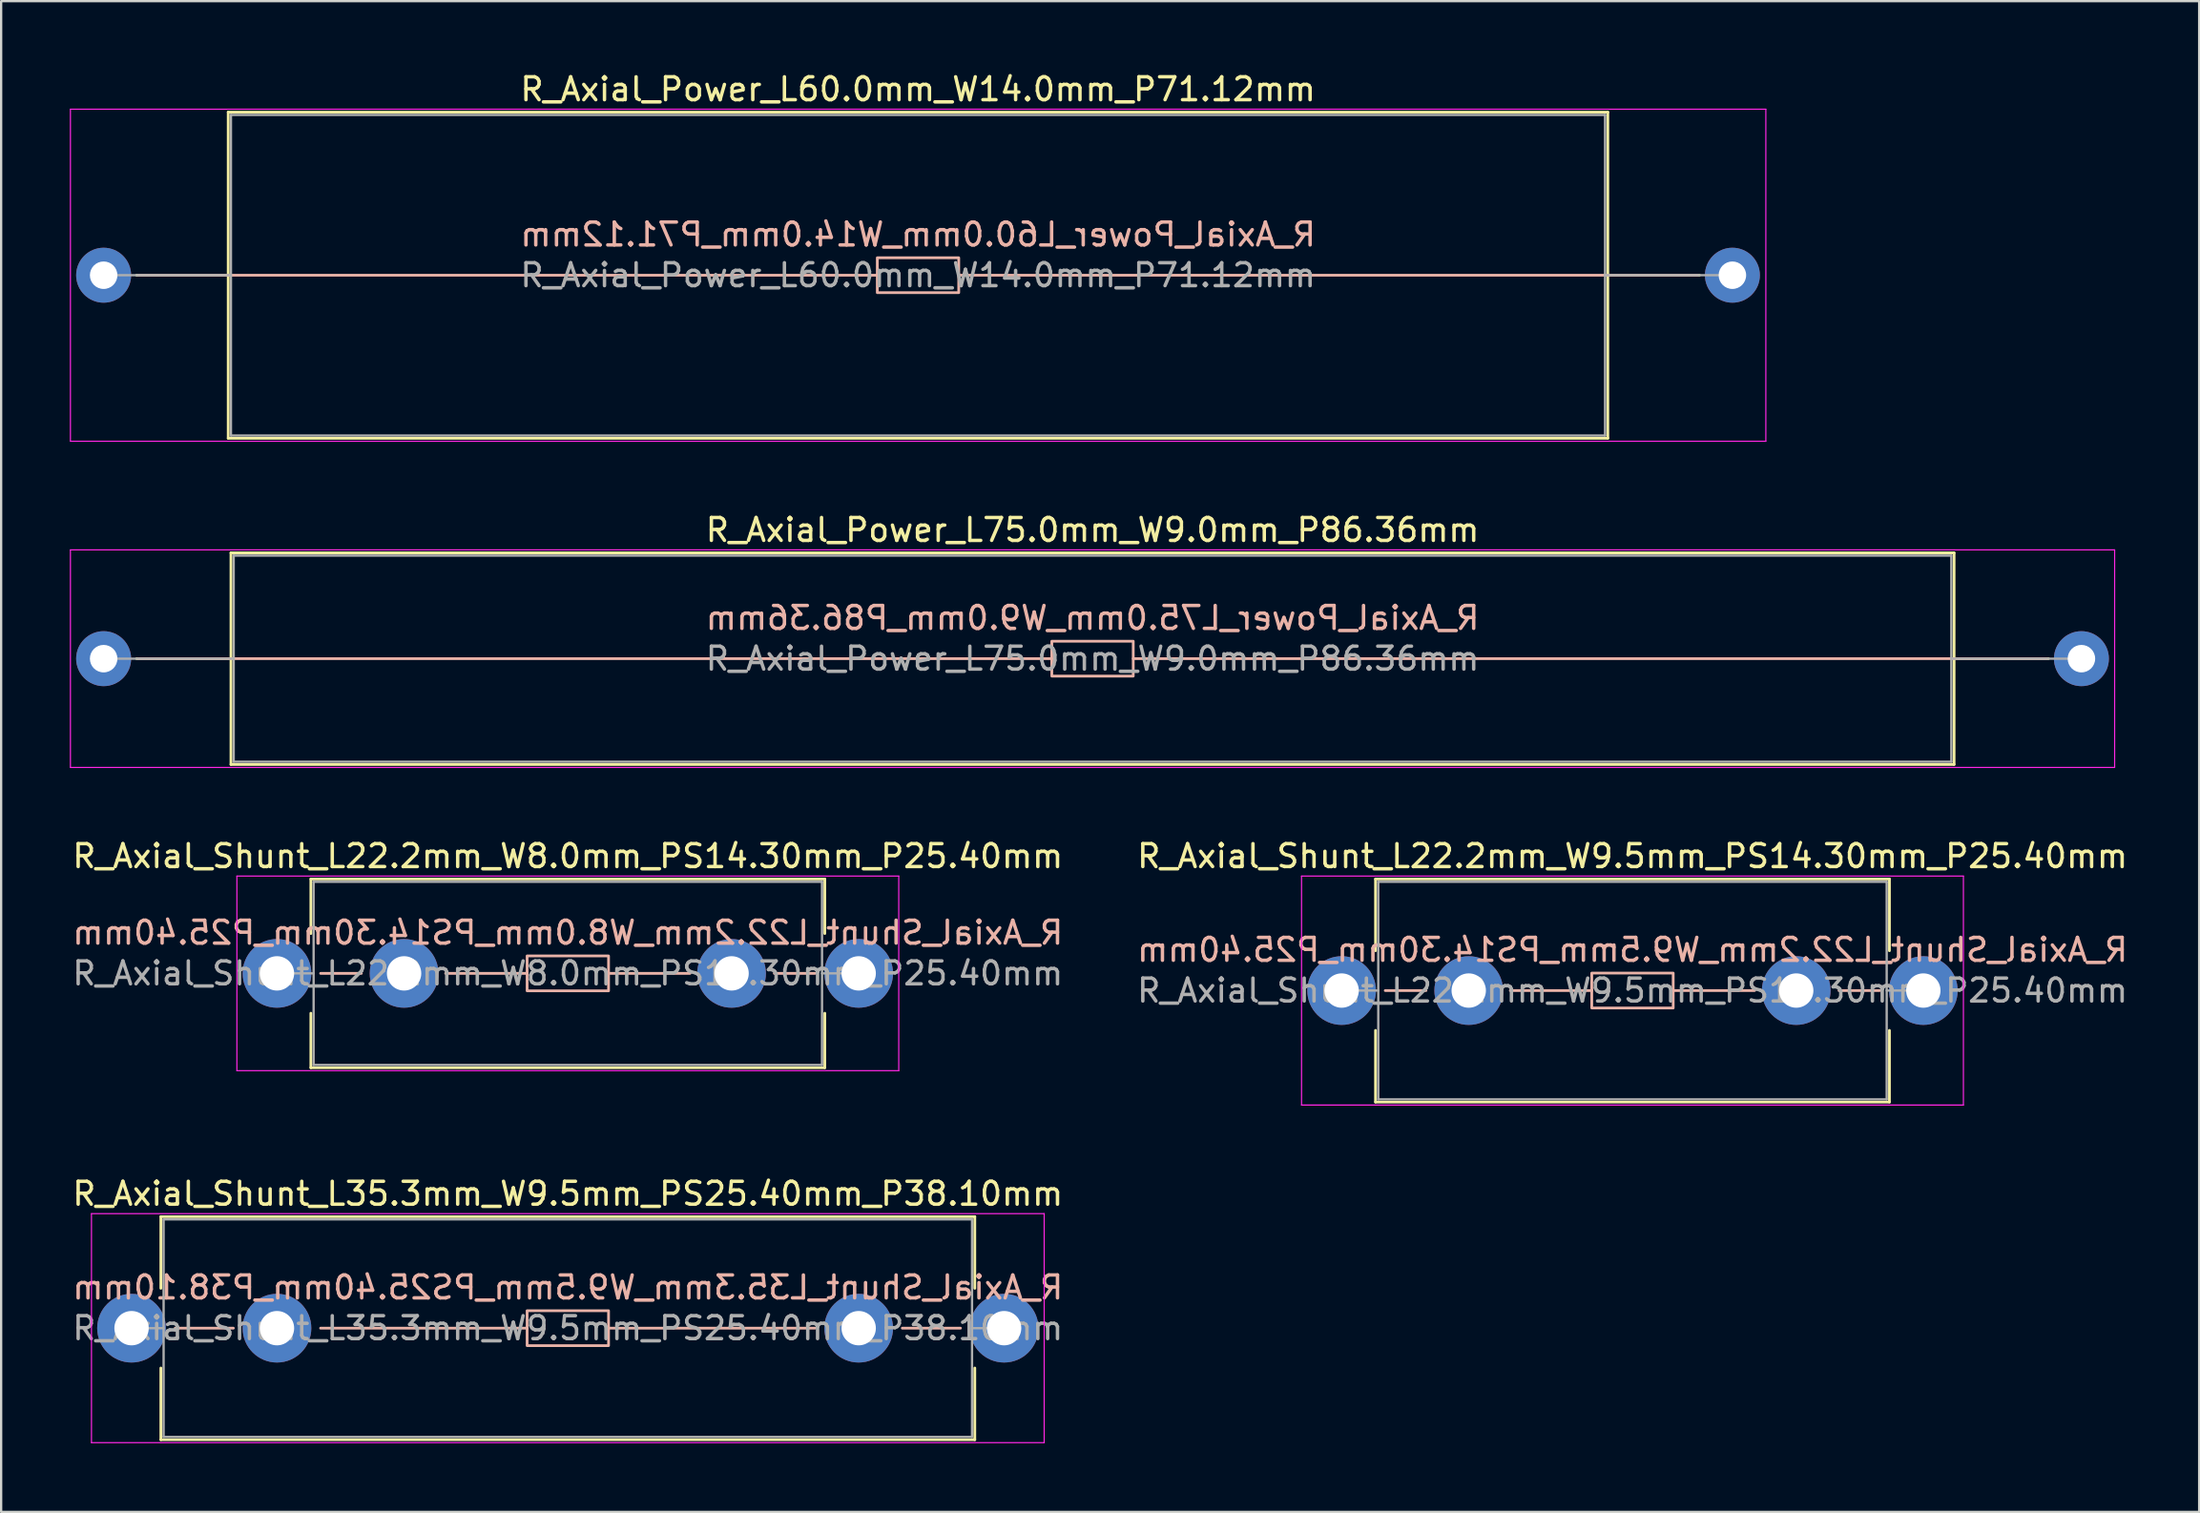
<source format=kicad_pcb>
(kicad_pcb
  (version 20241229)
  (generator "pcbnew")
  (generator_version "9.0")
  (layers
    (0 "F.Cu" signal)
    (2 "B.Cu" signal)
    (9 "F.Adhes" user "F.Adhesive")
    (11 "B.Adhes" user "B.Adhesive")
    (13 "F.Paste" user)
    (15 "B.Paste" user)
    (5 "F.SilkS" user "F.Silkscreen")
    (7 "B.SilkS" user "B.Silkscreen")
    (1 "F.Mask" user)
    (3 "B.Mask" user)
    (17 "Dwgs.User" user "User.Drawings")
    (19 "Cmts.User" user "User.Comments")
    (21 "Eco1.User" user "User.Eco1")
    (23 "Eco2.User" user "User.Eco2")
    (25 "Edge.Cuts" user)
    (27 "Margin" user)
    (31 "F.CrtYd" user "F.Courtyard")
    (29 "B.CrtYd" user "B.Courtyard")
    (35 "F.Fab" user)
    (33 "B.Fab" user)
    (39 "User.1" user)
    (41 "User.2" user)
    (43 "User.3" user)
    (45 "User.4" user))
  (footprint "R_Axial_Shunt_L35.3mm_W9.5mm_PS25.40mm_P38.10mm"
    (layer "F.Cu")
    (at 2.694 54.948)
    (property "Reference" "R_Axial_Shunt_L35.3mm_W9.5mm_PS25.40mm_P38.10mm" (at 19.05 -5.87 0) (layer "F.SilkS") (effects (font (size 1 1) (thickness 0.15))))
    (fp_line (start 1.28 -4.87) (end 36.82 -4.87) (stroke (width 0.12) (type solid)) (layer "F.SilkS"))
    (fp_line (start 1.28 -1.74) (end 1.28 -4.87) (stroke (width 0.12) (type solid)) (layer "F.SilkS"))
    (fp_line (start 1.28 1.74) (end 1.28 4.87) (stroke (width 0.12) (type solid)) (layer "F.SilkS"))
    (fp_line (start 1.28 4.87) (end 36.82 4.87) (stroke (width 0.12) (type solid)) (layer "F.SilkS"))
    (fp_line (start 36.82 -4.87) (end 36.82 -1.74) (stroke (width 0.12) (type solid)) (layer "F.SilkS"))
    (fp_line (start 36.82 4.87) (end 36.82 1.74) (stroke (width 0.12) (type solid)) (layer "F.SilkS"))
    (fp_line (start 1.905 0) (end 4.445 0) (stroke (width 0.12) (type solid)) (layer "B.SilkS"))
    (fp_line (start 17.272 0) (end 8.255 0) (stroke (width 0.12) (type solid)) (layer "B.SilkS"))
    (fp_line (start 20.828 0) (end 29.845 0) (stroke (width 0.12) (type solid)) (layer "B.SilkS"))
    (fp_line (start 33.655 0) (end 36.195 0) (stroke (width 0.12) (type solid)) (layer "B.SilkS"))
    (fp_rect (start 17.272 -0.762) (end 20.828 0.762) (stroke (width 0.12) (type solid)) (fill no) (layer "B.SilkS"))
    (fp_line (start -1.75 -5) (end -1.75 5) (stroke (width 0.05) (type solid)) (layer "F.CrtYd"))
    (fp_line (start -1.75 5) (end 39.85 5) (stroke (width 0.05) (type solid)) (layer "F.CrtYd"))
    (fp_line (start 39.85 -5) (end -1.75 -5) (stroke (width 0.05) (type solid)) (layer "F.CrtYd"))
    (fp_line (start 39.85 5) (end 39.85 -5) (stroke (width 0.05) (type solid)) (layer "F.CrtYd"))
    (fp_line (start 0 0) (end 1.4 0) (stroke (width 0.1) (type solid)) (layer "F.Fab"))
    (fp_line (start 1.4 -4.75) (end 1.4 4.75) (stroke (width 0.1) (type solid)) (layer "F.Fab"))
    (fp_line (start 1.4 4.75) (end 36.7 4.75) (stroke (width 0.1) (type solid)) (layer "F.Fab"))
    (fp_line (start 36.7 -4.75) (end 1.4 -4.75) (stroke (width 0.1) (type solid)) (layer "F.Fab"))
    (fp_line (start 36.7 4.75) (end 36.7 -4.75) (stroke (width 0.1) (type solid)) (layer "F.Fab"))
    (fp_line (start 38.1 0) (end 36.7 0) (stroke (width 0.1) (type solid)) (layer "F.Fab"))
    (fp_text user "${REFERENCE}" (at 19.05 -1.778 0) (layer "B.SilkS") (effects (font (size 1 1) (thickness 0.15)) (justify mirror)))
    (fp_text user "${REFERENCE}" (at 19.05 0 0) (layer "F.Fab") (effects (font (size 1 1) (thickness 0.15))))
    (pad "1" thru_hole circle (at 0 0) (size 3 3) (drill 1.5) (layers "*.Cu" "*.Mask"))
    (pad "2" thru_hole oval (at 6.35 0) (size 3 3) (drill 1.5) (layers "*.Cu" "*.Mask"))
    (pad "3" thru_hole oval (at 31.75 0) (size 3 3) (drill 1.5) (layers "*.Cu" "*.Mask"))
    (pad "4" thru_hole oval (at 38.1 0) (size 3 3) (drill 1.5) (layers "*.Cu" "*.Mask")))
  (footprint "R_Axial_Power_L60.0mm_W14.0mm_P71.12mm"
    (layer "F.Cu")
    (at 1.475 8.968)
    (property "Reference" "R_Axial_Power_L60.0mm_W14.0mm_P71.12mm" (at 35.56 -8.12 0) (layer "F.SilkS") (effects (font (size 1 1) (thickness 0.15))))
    (fp_line (start 1.44 0) (end 5.44 0) (stroke (width 0.12) (type solid)) (layer "F.SilkS"))
    (fp_line (start 5.44 -7.12) (end 5.44 7.12) (stroke (width 0.12) (type solid)) (layer "F.SilkS"))
    (fp_line (start 5.44 7.12) (end 65.68 7.12) (stroke (width 0.12) (type solid)) (layer "F.SilkS"))
    (fp_line (start 65.68 -7.12) (end 5.44 -7.12) (stroke (width 0.12) (type solid)) (layer "F.SilkS"))
    (fp_line (start 65.68 7.12) (end 65.68 -7.12) (stroke (width 0.12) (type solid)) (layer "F.SilkS"))
    (fp_line (start 69.68 0) (end 65.68 0) (stroke (width 0.12) (type solid)) (layer "F.SilkS"))
    (fp_line (start 33.782 0) (end 1.524 0) (stroke (width 0.12) (type solid)) (layer "B.SilkS"))
    (fp_line (start 37.338 0) (end 69.596 0) (stroke (width 0.12) (type solid)) (layer "B.SilkS"))
    (fp_rect (start 33.782 -0.762) (end 37.338 0.762) (stroke (width 0.12) (type solid)) (fill no) (layer "B.SilkS"))
    (fp_line (start -1.45 -7.25) (end -1.45 7.25) (stroke (width 0.05) (type solid)) (layer "F.CrtYd"))
    (fp_line (start -1.45 7.25) (end 72.58 7.25) (stroke (width 0.05) (type solid)) (layer "F.CrtYd"))
    (fp_line (start 72.58 -7.25) (end -1.45 -7.25) (stroke (width 0.05) (type solid)) (layer "F.CrtYd"))
    (fp_line (start 72.58 7.25) (end 72.58 -7.25) (stroke (width 0.05) (type solid)) (layer "F.CrtYd"))
    (fp_line (start 0 0) (end 5.56 0) (stroke (width 0.1) (type solid)) (layer "F.Fab"))
    (fp_line (start 5.56 -7) (end 5.56 7) (stroke (width 0.1) (type solid)) (layer "F.Fab"))
    (fp_line (start 5.56 7) (end 65.56 7) (stroke (width 0.1) (type solid)) (layer "F.Fab"))
    (fp_line (start 65.56 -7) (end 5.56 -7) (stroke (width 0.1) (type solid)) (layer "F.Fab"))
    (fp_line (start 65.56 7) (end 65.56 -7) (stroke (width 0.1) (type solid)) (layer "F.Fab"))
    (fp_line (start 71.12 0) (end 65.56 0) (stroke (width 0.1) (type solid)) (layer "F.Fab"))
    (fp_text user "${REFERENCE}" (at 35.56 -1.778 0) (layer "B.SilkS") (effects (font (size 1 1) (thickness 0.15)) (justify mirror)))
    (fp_text user "${REFERENCE}" (at 35.56 0 0) (layer "F.Fab") (effects (font (size 1 1) (thickness 0.15))))
    (pad "1" thru_hole circle (at 0 0) (size 2.4 2.4) (drill 1.2) (layers "*.Cu" "*.Mask"))
    (pad "2" thru_hole oval (at 71.12 0) (size 2.4 2.4) (drill 1.2) (layers "*.Cu" "*.Mask")))
  (footprint "R_Axial_Shunt_L22.2mm_W8.0mm_PS14.30mm_P25.40mm"
    (layer "F.Cu")
    (at 9.044 39.455)
    (property "Reference" "R_Axial_Shunt_L22.2mm_W8.0mm_PS14.30mm_P25.40mm" (at 12.7 -5.12 0) (layer "F.SilkS") (effects (font (size 1 1) (thickness 0.15))))
    (fp_line (start 1.48 -4.12) (end 23.92 -4.12) (stroke (width 0.12) (type solid)) (layer "F.SilkS"))
    (fp_line (start 1.48 -1.74) (end 1.48 -4.12) (stroke (width 0.12) (type solid)) (layer "F.SilkS"))
    (fp_line (start 1.48 1.74) (end 1.48 4.12) (stroke (width 0.12) (type solid)) (layer "F.SilkS"))
    (fp_line (start 1.48 4.12) (end 23.92 4.12) (stroke (width 0.12) (type solid)) (layer "F.SilkS"))
    (fp_line (start 23.92 -4.12) (end 23.92 -1.74) (stroke (width 0.12) (type solid)) (layer "F.SilkS"))
    (fp_line (start 23.92 4.12) (end 23.92 1.74) (stroke (width 0.12) (type solid)) (layer "F.SilkS"))
    (fp_line (start 3.683 0) (end 1.905 0) (stroke (width 0.12) (type solid)) (layer "B.SilkS"))
    (fp_line (start 10.922 0) (end 7.366 0) (stroke (width 0.12) (type solid)) (layer "B.SilkS"))
    (fp_line (start 14.478 0) (end 18.034 0) (stroke (width 0.12) (type solid)) (layer "B.SilkS"))
    (fp_line (start 21.717 0) (end 23.495 0) (stroke (width 0.12) (type solid)) (layer "B.SilkS"))
    (fp_rect (start 10.922 -0.762) (end 14.478 0.762) (stroke (width 0.12) (type solid)) (fill no) (layer "B.SilkS"))
    (fp_line (start -1.75 -4.25) (end -1.75 4.25) (stroke (width 0.05) (type solid)) (layer "F.CrtYd"))
    (fp_line (start -1.75 4.25) (end 27.15 4.25) (stroke (width 0.05) (type solid)) (layer "F.CrtYd"))
    (fp_line (start 27.15 -4.25) (end -1.75 -4.25) (stroke (width 0.05) (type solid)) (layer "F.CrtYd"))
    (fp_line (start 27.15 4.25) (end 27.15 -4.25) (stroke (width 0.05) (type solid)) (layer "F.CrtYd"))
    (fp_line (start 0 0) (end 1.6 0) (stroke (width 0.1) (type solid)) (layer "F.Fab"))
    (fp_line (start 1.6 -4) (end 1.6 4) (stroke (width 0.1) (type solid)) (layer "F.Fab"))
    (fp_line (start 1.6 4) (end 23.8 4) (stroke (width 0.1) (type solid)) (layer "F.Fab"))
    (fp_line (start 23.8 -4) (end 1.6 -4) (stroke (width 0.1) (type solid)) (layer "F.Fab"))
    (fp_line (start 23.8 4) (end 23.8 -4) (stroke (width 0.1) (type solid)) (layer "F.Fab"))
    (fp_line (start 25.4 0) (end 23.8 0) (stroke (width 0.1) (type solid)) (layer "F.Fab"))
    (fp_text user "${REFERENCE}" (at 12.7 -1.778 0) (layer "B.SilkS") (effects (font (size 1 1) (thickness 0.15)) (justify mirror)))
    (fp_text user "${REFERENCE}" (at 12.7 0 0) (layer "F.Fab") (effects (font (size 1 1) (thickness 0.15))))
    (pad "1" thru_hole circle (at 0 0) (size 3 3) (drill 1.5) (layers "*.Cu" "*.Mask"))
    (pad "2" thru_hole oval (at 5.55 0) (size 3 3) (drill 1.5) (layers "*.Cu" "*.Mask"))
    (pad "3" thru_hole oval (at 19.85 0) (size 3 3) (drill 1.5) (layers "*.Cu" "*.Mask"))
    (pad "4" thru_hole oval (at 25.4 0) (size 3 3) (drill 1.5) (layers "*.Cu" "*.Mask")))
  (footprint "R_Axial_Shunt_L22.2mm_W9.5mm_PS14.30mm_P25.40mm"
    (layer "F.Cu")
    (at 55.532 40.205)
    (property "Reference" "R_Axial_Shunt_L22.2mm_W9.5mm_PS14.30mm_P25.40mm" (at 12.7 -5.87 0) (layer "F.SilkS") (effects (font (size 1 1) (thickness 0.15))))
    (fp_line (start 1.48 -4.87) (end 23.92 -4.87) (stroke (width 0.12) (type solid)) (layer "F.SilkS"))
    (fp_line (start 1.48 -1.74) (end 1.48 -4.87) (stroke (width 0.12) (type solid)) (layer "F.SilkS"))
    (fp_line (start 1.48 1.74) (end 1.48 4.87) (stroke (width 0.12) (type solid)) (layer "F.SilkS"))
    (fp_line (start 1.48 4.87) (end 23.92 4.87) (stroke (width 0.12) (type solid)) (layer "F.SilkS"))
    (fp_line (start 23.92 -4.87) (end 23.92 -1.74) (stroke (width 0.12) (type solid)) (layer "F.SilkS"))
    (fp_line (start 23.92 4.87) (end 23.92 1.74) (stroke (width 0.12) (type solid)) (layer "F.SilkS"))
    (fp_line (start 3.683 0) (end 1.905 0) (stroke (width 0.12) (type solid)) (layer "B.SilkS"))
    (fp_line (start 10.922 0) (end 7.366 0) (stroke (width 0.12) (type solid)) (layer "B.SilkS"))
    (fp_line (start 14.478 0) (end 18.034 0) (stroke (width 0.12) (type solid)) (layer "B.SilkS"))
    (fp_line (start 21.717 0) (end 23.495 0) (stroke (width 0.12) (type solid)) (layer "B.SilkS"))
    (fp_rect (start 10.922 -0.762) (end 14.478 0.762) (stroke (width 0.12) (type solid)) (fill no) (layer "B.SilkS"))
    (fp_line (start -1.75 -5) (end -1.75 5) (stroke (width 0.05) (type solid)) (layer "F.CrtYd"))
    (fp_line (start -1.75 5) (end 27.15 5) (stroke (width 0.05) (type solid)) (layer "F.CrtYd"))
    (fp_line (start 27.15 -5) (end -1.75 -5) (stroke (width 0.05) (type solid)) (layer "F.CrtYd"))
    (fp_line (start 27.15 5) (end 27.15 -5) (stroke (width 0.05) (type solid)) (layer "F.CrtYd"))
    (fp_line (start 0 0) (end 1.6 0) (stroke (width 0.1) (type solid)) (layer "F.Fab"))
    (fp_line (start 1.6 -4.75) (end 1.6 4.75) (stroke (width 0.1) (type solid)) (layer "F.Fab"))
    (fp_line (start 1.6 4.75) (end 23.8 4.75) (stroke (width 0.1) (type solid)) (layer "F.Fab"))
    (fp_line (start 23.8 -4.75) (end 1.6 -4.75) (stroke (width 0.1) (type solid)) (layer "F.Fab"))
    (fp_line (start 23.8 4.75) (end 23.8 -4.75) (stroke (width 0.1) (type solid)) (layer "F.Fab"))
    (fp_line (start 25.4 0) (end 23.8 0) (stroke (width 0.1) (type solid)) (layer "F.Fab"))
    (fp_text user "${REFERENCE}" (at 12.7 -1.778 0) (layer "B.SilkS") (effects (font (size 1 1) (thickness 0.15)) (justify mirror)))
    (fp_text user "${REFERENCE}" (at 12.7 0 0) (layer "F.Fab") (effects (font (size 1 1) (thickness 0.15))))
    (pad "1" thru_hole circle (at 0 0) (size 3 3) (drill 1.5) (layers "*.Cu" "*.Mask"))
    (pad "2" thru_hole oval (at 5.55 0) (size 3 3) (drill 1.5) (layers "*.Cu" "*.Mask"))
    (pad "3" thru_hole oval (at 19.85 0) (size 3 3) (drill 1.5) (layers "*.Cu" "*.Mask"))
    (pad "4" thru_hole oval (at 25.4 0) (size 3 3) (drill 1.5) (layers "*.Cu" "*.Mask")))
  (footprint "R_Axial_Power_L75.0mm_W9.0mm_P86.36mm"
    (layer "F.Cu")
    (at 1.475 25.712)
    (property "Reference" "R_Axial_Power_L75.0mm_W9.0mm_P86.36mm" (at 43.18 -5.62 0) (layer "F.SilkS") (effects (font (size 1 1) (thickness 0.15))))
    (fp_line (start 1.44 0) (end 5.56 0) (stroke (width 0.12) (type solid)) (layer "F.SilkS"))
    (fp_line (start 5.56 -4.62) (end 5.56 4.62) (stroke (width 0.12) (type solid)) (layer "F.SilkS"))
    (fp_line (start 5.56 4.62) (end 80.8 4.62) (stroke (width 0.12) (type solid)) (layer "F.SilkS"))
    (fp_line (start 80.8 -4.62) (end 5.56 -4.62) (stroke (width 0.12) (type solid)) (layer "F.SilkS"))
    (fp_line (start 80.8 4.62) (end 80.8 -4.62) (stroke (width 0.12) (type solid)) (layer "F.SilkS"))
    (fp_line (start 84.92 0) (end 80.8 0) (stroke (width 0.12) (type solid)) (layer "F.SilkS"))
    (fp_line (start 41.402 0) (end 1.524 0) (stroke (width 0.12) (type solid)) (layer "B.SilkS"))
    (fp_line (start 44.958 0) (end 84.836 0) (stroke (width 0.12) (type solid)) (layer "B.SilkS"))
    (fp_rect (start 41.402 -0.762) (end 44.958 0.762) (stroke (width 0.12) (type solid)) (fill no) (layer "B.SilkS"))
    (fp_line (start -1.45 -4.75) (end -1.45 4.75) (stroke (width 0.05) (type solid)) (layer "F.CrtYd"))
    (fp_line (start -1.45 4.75) (end 87.81 4.75) (stroke (width 0.05) (type solid)) (layer "F.CrtYd"))
    (fp_line (start 87.81 -4.75) (end -1.45 -4.75) (stroke (width 0.05) (type solid)) (layer "F.CrtYd"))
    (fp_line (start 87.81 4.75) (end 87.81 -4.75) (stroke (width 0.05) (type solid)) (layer "F.CrtYd"))
    (fp_line (start 0 0) (end 5.68 0) (stroke (width 0.1) (type solid)) (layer "F.Fab"))
    (fp_line (start 5.68 -4.5) (end 5.68 4.5) (stroke (width 0.1) (type solid)) (layer "F.Fab"))
    (fp_line (start 5.68 4.5) (end 80.68 4.5) (stroke (width 0.1) (type solid)) (layer "F.Fab"))
    (fp_line (start 80.68 -4.5) (end 5.68 -4.5) (stroke (width 0.1) (type solid)) (layer "F.Fab"))
    (fp_line (start 80.68 4.5) (end 80.68 -4.5) (stroke (width 0.1) (type solid)) (layer "F.Fab"))
    (fp_line (start 86.36 0) (end 80.68 0) (stroke (width 0.1) (type solid)) (layer "F.Fab"))
    (fp_text user "${REFERENCE}" (at 43.18 -1.778 0) (layer "B.SilkS") (effects (font (size 1 1) (thickness 0.15)) (justify mirror)))
    (fp_text user "${REFERENCE}" (at 43.18 0 0) (layer "F.Fab") (effects (font (size 1 1) (thickness 0.15))))
    (pad "1" thru_hole circle (at 0 0) (size 2.4 2.4) (drill 1.2) (layers "*.Cu" "*.Mask"))
    (pad "2" thru_hole oval (at 86.36 0) (size 2.4 2.4) (drill 1.2) (layers "*.Cu" "*.Mask")))
  (gr_rect
    (start -3 -3)
    (end 92.976 62.973)
    (stroke (width 0.1) (type default))
    (fill no)
    (layer "Edge.Cuts")))
</source>
